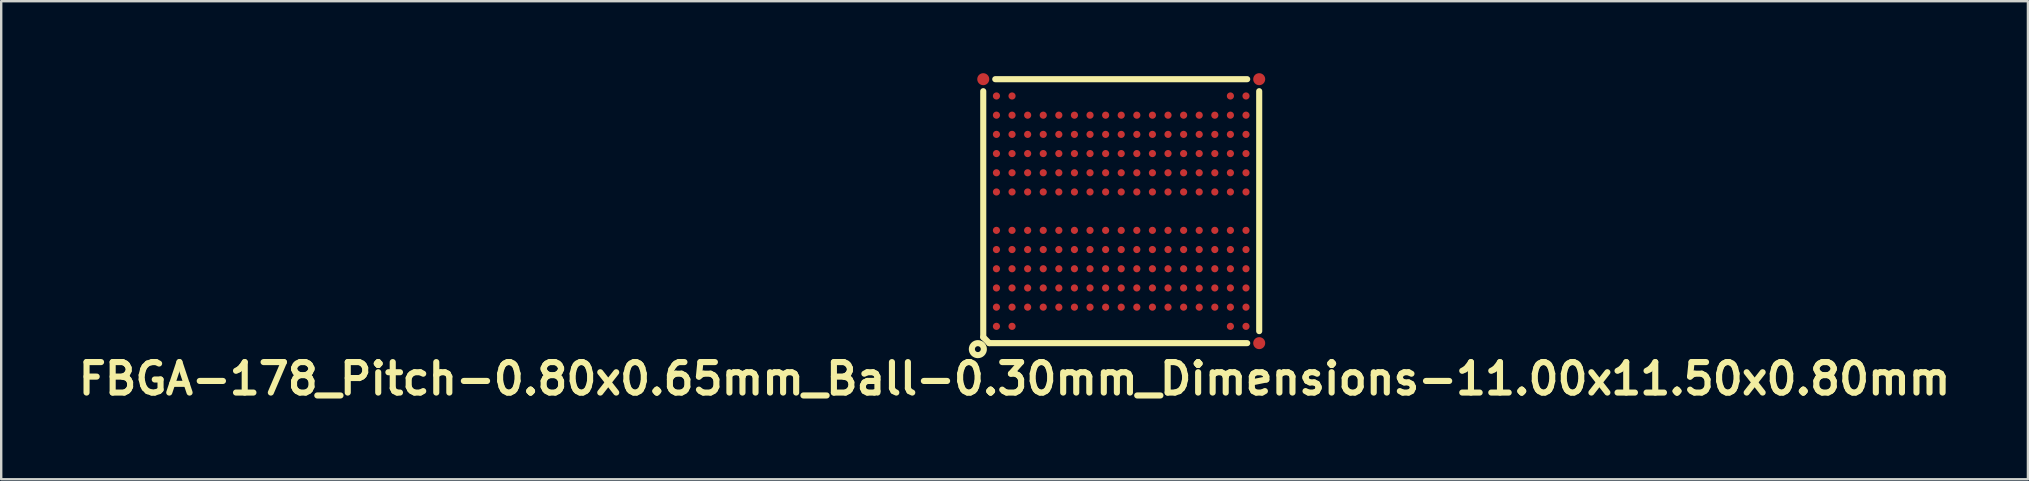
<source format=kicad_pcb>
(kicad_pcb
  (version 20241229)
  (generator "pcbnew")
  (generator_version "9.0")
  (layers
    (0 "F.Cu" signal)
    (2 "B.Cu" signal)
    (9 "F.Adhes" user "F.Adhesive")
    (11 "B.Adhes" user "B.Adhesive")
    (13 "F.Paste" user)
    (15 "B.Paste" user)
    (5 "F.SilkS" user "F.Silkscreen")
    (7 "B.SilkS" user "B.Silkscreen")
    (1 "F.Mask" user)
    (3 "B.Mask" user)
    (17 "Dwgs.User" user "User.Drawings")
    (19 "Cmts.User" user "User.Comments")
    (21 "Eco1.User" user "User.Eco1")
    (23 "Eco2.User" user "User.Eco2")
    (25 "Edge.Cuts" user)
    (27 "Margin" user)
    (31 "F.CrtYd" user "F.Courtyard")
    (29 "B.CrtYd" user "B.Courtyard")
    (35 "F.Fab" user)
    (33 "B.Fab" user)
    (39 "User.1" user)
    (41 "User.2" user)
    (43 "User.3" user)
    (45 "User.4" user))
  (footprint "FBGA-178_Pitch-0.80x0.65mm_Ball-0.30mm_Dimensions-11.00x11.50x0.80mm"
    (layer "F.Cu")
    (at 43.676 5.75)
    (property "Reference" "FBGA-178_Pitch-0.80x0.65mm_Ball-0.30mm_Dimensions-11.00x11.50x0.80mm" (at -4.445 6.985 0) (layer "F.SilkS") (effects (font (size 1.27 1.27) (thickness 0.254))))
    (attr through_hole)
    (fp_line (start -5.75 5.25) (end -5.75 -5) (stroke (width 0.254) (type solid)) (layer "F.SilkS"))
    (fp_line (start -5.75 5.25) (end -5.5 5.5) (stroke (width 0.254) (type solid)) (layer "F.SilkS"))
    (fp_line (start -5.5 5.5) (end 5.25 5.5) (stroke (width 0.254) (type solid)) (layer "F.SilkS"))
    (fp_line (start -5.25 -5.5) (end 5.25 -5.5) (stroke (width 0.254) (type solid)) (layer "F.SilkS"))
    (fp_line (start 5.75 -5) (end 5.75 5) (stroke (width 0.254) (type solid)) (layer "F.SilkS"))
    (fp_circle (center -5.975 5.75) (end -5.975 6) (stroke (width 0.254) (type solid)) (fill no) (layer "F.SilkS"))
    (pad "" smd rect (at -5.2 -4.8) (size 0.33 0.33) (layers "F.Paste"))
    (pad "" smd rect (at -5.2 -4) (size 0.33 0.33) (layers "F.Paste"))
    (pad "" smd rect (at -5.2 -3.2) (size 0.33 0.33) (layers "F.Paste"))
    (pad "" smd rect (at -5.2 -2.4) (size 0.33 0.33) (layers "F.Paste"))
    (pad "" smd rect (at -5.2 -1.6) (size 0.33 0.33) (layers "F.Paste"))
    (pad "" smd rect (at -5.2 -0.8) (size 0.33 0.33) (layers "F.Paste"))
    (pad "" smd rect (at -5.2 0.8) (size 0.33 0.33) (layers "F.Paste"))
    (pad "" smd rect (at -5.2 1.6) (size 0.33 0.33) (layers "F.Paste"))
    (pad "" smd rect (at -5.2 2.4) (size 0.33 0.33) (layers "F.Paste"))
    (pad "" smd rect (at -5.2 3.2) (size 0.33 0.33) (layers "F.Paste"))
    (pad "" smd rect (at -5.2 4) (size 0.33 0.33) (layers "F.Paste"))
    (pad "" smd rect (at -5.2 4.8) (size 0.33 0.33) (layers "F.Paste"))
    (pad "" smd rect (at -4.55 -4.8) (size 0.33 0.33) (layers "F.Paste"))
    (pad "" smd rect (at -4.55 -4) (size 0.33 0.33) (layers "F.Paste"))
    (pad "" smd rect (at -4.55 -3.2) (size 0.33 0.33) (layers "F.Paste"))
    (pad "" smd rect (at -4.55 -2.4) (size 0.33 0.33) (layers "F.Paste"))
    (pad "" smd rect (at -4.55 -1.6) (size 0.33 0.33) (layers "F.Paste"))
    (pad "" smd rect (at -4.55 -0.8) (size 0.33 0.33) (layers "F.Paste"))
    (pad "" smd rect (at -4.55 0.8) (size 0.33 0.33) (layers "F.Paste"))
    (pad "" smd rect (at -4.55 1.6) (size 0.33 0.33) (layers "F.Paste"))
    (pad "" smd rect (at -4.55 2.4) (size 0.33 0.33) (layers "F.Paste"))
    (pad "" smd rect (at -4.55 3.2) (size 0.33 0.33) (layers "F.Paste"))
    (pad "" smd rect (at -4.55 4) (size 0.33 0.33) (layers "F.Paste"))
    (pad "" smd rect (at -4.55 4.8) (size 0.33 0.33) (layers "F.Paste"))
    (pad "" smd rect (at -3.9 -4) (size 0.33 0.33) (layers "F.Paste"))
    (pad "" smd rect (at -3.9 -3.2) (size 0.33 0.33) (layers "F.Paste"))
    (pad "" smd rect (at -3.9 -2.4) (size 0.33 0.33) (layers "F.Paste"))
    (pad "" smd rect (at -3.9 -1.6) (size 0.33 0.33) (layers "F.Paste"))
    (pad "" smd rect (at -3.9 -0.8) (size 0.33 0.33) (layers "F.Paste"))
    (pad "" smd rect (at -3.9 0.8) (size 0.33 0.33) (layers "F.Paste"))
    (pad "" smd rect (at -3.9 1.6) (size 0.33 0.33) (layers "F.Paste"))
    (pad "" smd rect (at -3.9 2.4) (size 0.33 0.33) (layers "F.Paste"))
    (pad "" smd rect (at -3.9 3.2) (size 0.33 0.33) (layers "F.Paste"))
    (pad "" smd rect (at -3.9 4) (size 0.33 0.33) (layers "F.Paste"))
    (pad "" smd rect (at -3.25 -4) (size 0.33 0.33) (layers "F.Paste"))
    (pad "" smd rect (at -3.25 -3.2) (size 0.33 0.33) (layers "F.Paste"))
    (pad "" smd rect (at -3.25 -2.4) (size 0.33 0.33) (layers "F.Paste"))
    (pad "" smd rect (at -3.25 -1.6) (size 0.33 0.33) (layers "F.Paste"))
    (pad "" smd rect (at -3.25 -0.8) (size 0.33 0.33) (layers "F.Paste"))
    (pad "" smd rect (at -3.25 0.8) (size 0.33 0.33) (layers "F.Paste"))
    (pad "" smd rect (at -3.25 1.6) (size 0.33 0.33) (layers "F.Paste"))
    (pad "" smd rect (at -3.25 2.4) (size 0.33 0.33) (layers "F.Paste"))
    (pad "" smd rect (at -3.25 3.2) (size 0.33 0.33) (layers "F.Paste"))
    (pad "" smd rect (at -3.25 4) (size 0.33 0.33) (layers "F.Paste"))
    (pad "" smd rect (at -2.6 -4) (size 0.33 0.33) (layers "F.Paste"))
    (pad "" smd rect (at -2.6 -3.2) (size 0.33 0.33) (layers "F.Paste"))
    (pad "" smd rect (at -2.6 -2.4) (size 0.33 0.33) (layers "F.Paste"))
    (pad "" smd rect (at -2.6 -1.6) (size 0.33 0.33) (layers "F.Paste"))
    (pad "" smd rect (at -2.6 -0.8) (size 0.33 0.33) (layers "F.Paste"))
    (pad "" smd rect (at -2.6 0.8) (size 0.33 0.33) (layers "F.Paste"))
    (pad "" smd rect (at -2.6 1.6) (size 0.33 0.33) (layers "F.Paste"))
    (pad "" smd rect (at -2.6 2.4) (size 0.33 0.33) (layers "F.Paste"))
    (pad "" smd rect (at -2.6 3.2) (size 0.33 0.33) (layers "F.Paste"))
    (pad "" smd rect (at -2.6 4) (size 0.33 0.33) (layers "F.Paste"))
    (pad "" smd rect (at -1.95 -4) (size 0.33 0.33) (layers "F.Paste"))
    (pad "" smd rect (at -1.95 -3.2) (size 0.33 0.33) (layers "F.Paste"))
    (pad "" smd rect (at -1.95 -2.4) (size 0.33 0.33) (layers "F.Paste"))
    (pad "" smd rect (at -1.95 -1.6) (size 0.33 0.33) (layers "F.Paste"))
    (pad "" smd rect (at -1.95 -0.8) (size 0.33 0.33) (layers "F.Paste"))
    (pad "" smd rect (at -1.95 0.8) (size 0.33 0.33) (layers "F.Paste"))
    (pad "" smd rect (at -1.95 1.6) (size 0.33 0.33) (layers "F.Paste"))
    (pad "" smd rect (at -1.95 2.4) (size 0.33 0.33) (layers "F.Paste"))
    (pad "" smd rect (at -1.95 3.2) (size 0.33 0.33) (layers "F.Paste"))
    (pad "" smd rect (at -1.95 4) (size 0.33 0.33) (layers "F.Paste"))
    (pad "" smd rect (at -1.3 -4) (size 0.33 0.33) (layers "F.Paste"))
    (pad "" smd rect (at -1.3 -3.2) (size 0.33 0.33) (layers "F.Paste"))
    (pad "" smd rect (at -1.3 -2.4) (size 0.33 0.33) (layers "F.Paste"))
    (pad "" smd rect (at -1.3 -1.6) (size 0.33 0.33) (layers "F.Paste"))
    (pad "" smd rect (at -1.3 -0.8) (size 0.33 0.33) (layers "F.Paste"))
    (pad "" smd rect (at -1.3 0.8) (size 0.33 0.33) (layers "F.Paste"))
    (pad "" smd rect (at -1.3 1.6) (size 0.33 0.33) (layers "F.Paste"))
    (pad "" smd rect (at -1.3 2.4) (size 0.33 0.33) (layers "F.Paste"))
    (pad "" smd rect (at -1.3 3.2) (size 0.33 0.33) (layers "F.Paste"))
    (pad "" smd rect (at -1.3 4) (size 0.33 0.33) (layers "F.Paste"))
    (pad "" smd rect (at -0.65 -4) (size 0.33 0.33) (layers "F.Paste"))
    (pad "" smd rect (at -0.65 -3.2) (size 0.33 0.33) (layers "F.Paste"))
    (pad "" smd rect (at -0.65 -2.4) (size 0.33 0.33) (layers "F.Paste"))
    (pad "" smd rect (at -0.65 -1.6) (size 0.33 0.33) (layers "F.Paste"))
    (pad "" smd rect (at -0.65 -0.8) (size 0.33 0.33) (layers "F.Paste"))
    (pad "" smd rect (at -0.65 0.8) (size 0.33 0.33) (layers "F.Paste"))
    (pad "" smd rect (at -0.65 1.6) (size 0.33 0.33) (layers "F.Paste"))
    (pad "" smd rect (at -0.65 2.4) (size 0.33 0.33) (layers "F.Paste"))
    (pad "" smd rect (at -0.65 3.2) (size 0.33 0.33) (layers "F.Paste"))
    (pad "" smd rect (at -0.65 4) (size 0.33 0.33) (layers "F.Paste"))
    (pad "" smd rect (at 0 -4) (size 0.33 0.33) (layers "F.Paste"))
    (pad "" smd rect (at 0 -3.2) (size 0.33 0.33) (layers "F.Paste"))
    (pad "" smd rect (at 0 -2.4) (size 0.33 0.33) (layers "F.Paste"))
    (pad "" smd rect (at 0 -1.6) (size 0.33 0.33) (layers "F.Paste"))
    (pad "" smd rect (at 0 -0.8) (size 0.33 0.33) (layers "F.Paste"))
    (pad "" smd rect (at 0 0.8) (size 0.33 0.33) (layers "F.Paste"))
    (pad "" smd rect (at 0 1.6) (size 0.33 0.33) (layers "F.Paste"))
    (pad "" smd rect (at 0 2.4) (size 0.33 0.33) (layers "F.Paste"))
    (pad "" smd rect (at 0 3.2) (size 0.33 0.33) (layers "F.Paste"))
    (pad "" smd rect (at 0 4) (size 0.33 0.33) (layers "F.Paste"))
    (pad "" smd rect (at 0.65 -4) (size 0.33 0.33) (layers "F.Paste"))
    (pad "" smd rect (at 0.65 -3.2) (size 0.33 0.33) (layers "F.Paste"))
    (pad "" smd rect (at 0.65 -2.4) (size 0.33 0.33) (layers "F.Paste"))
    (pad "" smd rect (at 0.65 -1.6) (size 0.33 0.33) (layers "F.Paste"))
    (pad "" smd rect (at 0.65 -0.8) (size 0.33 0.33) (layers "F.Paste"))
    (pad "" smd rect (at 0.65 0.8) (size 0.33 0.33) (layers "F.Paste"))
    (pad "" smd rect (at 0.65 1.6) (size 0.33 0.33) (layers "F.Paste"))
    (pad "" smd rect (at 0.65 2.4) (size 0.33 0.33) (layers "F.Paste"))
    (pad "" smd rect (at 0.65 3.2) (size 0.33 0.33) (layers "F.Paste"))
    (pad "" smd rect (at 0.65 4) (size 0.33 0.33) (layers "F.Paste"))
    (pad "" smd rect (at 1.3 -4) (size 0.33 0.33) (layers "F.Paste"))
    (pad "" smd rect (at 1.3 -3.2) (size 0.33 0.33) (layers "F.Paste"))
    (pad "" smd rect (at 1.3 -2.4) (size 0.33 0.33) (layers "F.Paste"))
    (pad "" smd rect (at 1.3 -1.6) (size 0.33 0.33) (layers "F.Paste"))
    (pad "" smd rect (at 1.3 -0.8) (size 0.33 0.33) (layers "F.Paste"))
    (pad "" smd rect (at 1.3 0.8) (size 0.33 0.33) (layers "F.Paste"))
    (pad "" smd rect (at 1.3 1.6) (size 0.33 0.33) (layers "F.Paste"))
    (pad "" smd rect (at 1.3 2.4) (size 0.33 0.33) (layers "F.Paste"))
    (pad "" smd rect (at 1.3 3.2) (size 0.33 0.33) (layers "F.Paste"))
    (pad "" smd rect (at 1.3 4) (size 0.33 0.33) (layers "F.Paste"))
    (pad "" smd rect (at 1.95 -4) (size 0.33 0.33) (layers "F.Paste"))
    (pad "" smd rect (at 1.95 -3.2) (size 0.33 0.33) (layers "F.Paste"))
    (pad "" smd rect (at 1.95 -2.4) (size 0.33 0.33) (layers "F.Paste"))
    (pad "" smd rect (at 1.95 -1.6) (size 0.33 0.33) (layers "F.Paste"))
    (pad "" smd rect (at 1.95 -0.8) (size 0.33 0.33) (layers "F.Paste"))
    (pad "" smd rect (at 1.95 0.8) (size 0.33 0.33) (layers "F.Paste"))
    (pad "" smd rect (at 1.95 1.6) (size 0.33 0.33) (layers "F.Paste"))
    (pad "" smd rect (at 1.95 2.4) (size 0.33 0.33) (layers "F.Paste"))
    (pad "" smd rect (at 1.95 3.2) (size 0.33 0.33) (layers "F.Paste"))
    (pad "" smd rect (at 1.95 4) (size 0.33 0.33) (layers "F.Paste"))
    (pad "" smd rect (at 2.6 -4) (size 0.33 0.33) (layers "F.Paste"))
    (pad "" smd rect (at 2.6 -3.2) (size 0.33 0.33) (layers "F.Paste"))
    (pad "" smd rect (at 2.6 -2.4) (size 0.33 0.33) (layers "F.Paste"))
    (pad "" smd rect (at 2.6 -1.6) (size 0.33 0.33) (layers "F.Paste"))
    (pad "" smd rect (at 2.6 -0.8) (size 0.33 0.33) (layers "F.Paste"))
    (pad "" smd rect (at 2.6 0.8) (size 0.33 0.33) (layers "F.Paste"))
    (pad "" smd rect (at 2.6 1.6) (size 0.33 0.33) (layers "F.Paste"))
    (pad "" smd rect (at 2.6 2.4) (size 0.33 0.33) (layers "F.Paste"))
    (pad "" smd rect (at 2.6 3.2) (size 0.33 0.33) (layers "F.Paste"))
    (pad "" smd rect (at 2.6 4) (size 0.33 0.33) (layers "F.Paste"))
    (pad "" smd rect (at 3.25 -4) (size 0.33 0.33) (layers "F.Paste"))
    (pad "" smd rect (at 3.25 -3.2) (size 0.33 0.33) (layers "F.Paste"))
    (pad "" smd rect (at 3.25 -2.4) (size 0.33 0.33) (layers "F.Paste"))
    (pad "" smd rect (at 3.25 -1.6) (size 0.33 0.33) (layers "F.Paste"))
    (pad "" smd rect (at 3.25 -0.8) (size 0.33 0.33) (layers "F.Paste"))
    (pad "" smd rect (at 3.25 0.8) (size 0.33 0.33) (layers "F.Paste"))
    (pad "" smd rect (at 3.25 1.6) (size 0.33 0.33) (layers "F.Paste"))
    (pad "" smd rect (at 3.25 2.4) (size 0.33 0.33) (layers "F.Paste"))
    (pad "" smd rect (at 3.25 3.2) (size 0.33 0.33) (layers "F.Paste"))
    (pad "" smd rect (at 3.25 4) (size 0.33 0.33) (layers "F.Paste"))
    (pad "" smd rect (at 3.9 -4) (size 0.33 0.33) (layers "F.Paste"))
    (pad "" smd rect (at 3.9 -3.2) (size 0.33 0.33) (layers "F.Paste"))
    (pad "" smd rect (at 3.9 -2.4) (size 0.33 0.33) (layers "F.Paste"))
    (pad "" smd rect (at 3.9 -1.6) (size 0.33 0.33) (layers "F.Paste"))
    (pad "" smd rect (at 3.9 -0.8) (size 0.33 0.33) (layers "F.Paste"))
    (pad "" smd rect (at 3.9 0.8) (size 0.33 0.33) (layers "F.Paste"))
    (pad "" smd rect (at 3.9 1.6) (size 0.33 0.33) (layers "F.Paste"))
    (pad "" smd rect (at 3.9 2.4) (size 0.33 0.33) (layers "F.Paste"))
    (pad "" smd rect (at 3.9 3.2) (size 0.33 0.33) (layers "F.Paste"))
    (pad "" smd rect (at 3.9 4) (size 0.33 0.33) (layers "F.Paste"))
    (pad "" smd rect (at 4.55 -4.8) (size 0.33 0.33) (layers "F.Paste"))
    (pad "" smd rect (at 4.55 -4) (size 0.33 0.33) (layers "F.Paste"))
    (pad "" smd rect (at 4.55 -3.2) (size 0.33 0.33) (layers "F.Paste"))
    (pad "" smd rect (at 4.55 -2.4) (size 0.33 0.33) (layers "F.Paste"))
    (pad "" smd rect (at 4.55 -1.6) (size 0.33 0.33) (layers "F.Paste"))
    (pad "" smd rect (at 4.55 -0.8) (size 0.33 0.33) (layers "F.Paste"))
    (pad "" smd rect (at 4.55 0.8) (size 0.33 0.33) (layers "F.Paste"))
    (pad "" smd rect (at 4.55 1.6) (size 0.33 0.33) (layers "F.Paste"))
    (pad "" smd rect (at 4.55 2.4) (size 0.33 0.33) (layers "F.Paste"))
    (pad "" smd rect (at 4.55 3.2) (size 0.33 0.33) (layers "F.Paste"))
    (pad "" smd rect (at 4.55 4) (size 0.33 0.33) (layers "F.Paste"))
    (pad "" smd rect (at 4.55 4.8) (size 0.33 0.33) (layers "F.Paste"))
    (pad "" smd rect (at 5.2 -4.8) (size 0.33 0.33) (layers "F.Paste"))
    (pad "" smd rect (at 5.2 -4) (size 0.33 0.33) (layers "F.Paste"))
    (pad "" smd rect (at 5.2 -3.2) (size 0.33 0.33) (layers "F.Paste"))
    (pad "" smd rect (at 5.2 -2.4) (size 0.33 0.33) (layers "F.Paste"))
    (pad "" smd rect (at 5.2 -1.6) (size 0.33 0.33) (layers "F.Paste"))
    (pad "" smd rect (at 5.2 -0.8) (size 0.33 0.33) (layers "F.Paste"))
    (pad "" smd rect (at 5.2 0.8) (size 0.33 0.33) (layers "F.Paste"))
    (pad "" smd rect (at 5.2 1.6) (size 0.33 0.33) (layers "F.Paste"))
    (pad "" smd rect (at 5.2 2.4) (size 0.33 0.33) (layers "F.Paste"))
    (pad "" smd rect (at 5.2 3.2) (size 0.33 0.33) (layers "F.Paste"))
    (pad "" smd rect (at 5.2 4) (size 0.33 0.33) (layers "F.Paste"))
    (pad "" smd rect (at 5.2 4.8) (size 0.33 0.33) (layers "F.Paste"))
    (pad "A1" smd circle (at -5.2 4.8 90) (size 0.3 0.3) (layers "F.Cu" "F.Mask"))
    (pad "A2" smd circle (at -5.2 4 90) (size 0.3 0.3) (layers "F.Cu" "F.Mask"))
    (pad "A3" smd circle (at -5.2 3.2 90) (size 0.3 0.3) (layers "F.Cu" "F.Mask"))
    (pad "A4" smd circle (at -5.2 2.4 90) (size 0.3 0.3) (layers "F.Cu" "F.Mask"))
    (pad "A5" smd circle (at -5.2 1.6 90) (size 0.3 0.3) (layers "F.Cu" "F.Mask"))
    (pad "A6" smd circle (at -5.2 0.8 90) (size 0.3 0.3) (layers "F.Cu" "F.Mask"))
    (pad "A8" smd circle (at -5.2 -0.8 90) (size 0.3 0.3) (layers "F.Cu" "F.Mask"))
    (pad "A9" smd circle (at -5.2 -1.6 90) (size 0.3 0.3) (layers "F.Cu" "F.Mask"))
    (pad "A10" smd circle (at -5.2 -2.4 90) (size 0.3 0.3) (layers "F.Cu" "F.Mask"))
    (pad "A11" smd circle (at -5.2 -3.2 90) (size 0.3 0.3) (layers "F.Cu" "F.Mask"))
    (pad "A12" smd circle (at -5.2 -4 90) (size 0.3 0.3) (layers "F.Cu" "F.Mask"))
    (pad "A13" smd circle (at -5.2 -4.8 90) (size 0.3 0.3) (layers "F.Cu" "F.Mask"))
    (pad "B1" smd circle (at -4.55 4.8 90) (size 0.3 0.3) (layers "F.Cu" "F.Mask"))
    (pad "B2" smd circle (at -4.55 4 90) (size 0.3 0.3) (layers "F.Cu" "F.Mask"))
    (pad "B3" smd circle (at -4.55 3.2 90) (size 0.3 0.3) (layers "F.Cu" "F.Mask"))
    (pad "B4" smd circle (at -4.55 2.4 90) (size 0.3 0.3) (layers "F.Cu" "F.Mask"))
    (pad "B5" smd circle (at -4.55 1.6 90) (size 0.3 0.3) (layers "F.Cu" "F.Mask"))
    (pad "B6" smd circle (at -4.55 0.8 90) (size 0.3 0.3) (layers "F.Cu" "F.Mask"))
    (pad "B8" smd circle (at -4.55 -0.8 90) (size 0.3 0.3) (layers "F.Cu" "F.Mask"))
    (pad "B9" smd circle (at -4.55 -1.6 90) (size 0.3 0.3) (layers "F.Cu" "F.Mask"))
    (pad "B10" smd circle (at -4.55 -2.4 90) (size 0.3 0.3) (layers "F.Cu" "F.Mask"))
    (pad "B11" smd circle (at -4.55 -3.2 90) (size 0.3 0.3) (layers "F.Cu" "F.Mask"))
    (pad "B12" smd circle (at -4.55 -4 90) (size 0.3 0.3) (layers "F.Cu" "F.Mask"))
    (pad "B13" smd circle (at -4.55 -4.8 90) (size 0.3 0.3) (layers "F.Cu" "F.Mask"))
    (pad "C2" smd circle (at -3.9 4 90) (size 0.3 0.3) (layers "F.Cu" "F.Mask"))
    (pad "C3" smd circle (at -3.9 3.2 90) (size 0.3 0.3) (layers "F.Cu" "F.Mask"))
    (pad "C4" smd circle (at -3.9 2.4 90) (size 0.3 0.3) (layers "F.Cu" "F.Mask"))
    (pad "C5" smd circle (at -3.9 1.6 90) (size 0.3 0.3) (layers "F.Cu" "F.Mask"))
    (pad "C6" smd circle (at -3.9 0.8 90) (size 0.3 0.3) (layers "F.Cu" "F.Mask"))
    (pad "C8" smd circle (at -3.9 -0.8 90) (size 0.3 0.3) (layers "F.Cu" "F.Mask"))
    (pad "C9" smd circle (at -3.9 -1.6 90) (size 0.3 0.3) (layers "F.Cu" "F.Mask"))
    (pad "C10" smd circle (at -3.9 -2.4 90) (size 0.3 0.3) (layers "F.Cu" "F.Mask"))
    (pad "C11" smd circle (at -3.9 -3.2 90) (size 0.3 0.3) (layers "F.Cu" "F.Mask"))
    (pad "C12" smd circle (at -3.9 -4 90) (size 0.3 0.3) (layers "F.Cu" "F.Mask"))
    (pad "D2" smd circle (at -3.25 4 90) (size 0.3 0.3) (layers "F.Cu" "F.Mask"))
    (pad "D3" smd circle (at -3.25 3.2 90) (size 0.3 0.3) (layers "F.Cu" "F.Mask"))
    (pad "D4" smd circle (at -3.25 2.4 90) (size 0.3 0.3) (layers "F.Cu" "F.Mask"))
    (pad "D5" smd circle (at -3.25 1.6 90) (size 0.3 0.3) (layers "F.Cu" "F.Mask"))
    (pad "D6" smd circle (at -3.25 0.8 90) (size 0.3 0.3) (layers "F.Cu" "F.Mask"))
    (pad "D8" smd circle (at -3.25 -0.8 90) (size 0.3 0.3) (layers "F.Cu" "F.Mask"))
    (pad "D9" smd circle (at -3.25 -1.6 90) (size 0.3 0.3) (layers "F.Cu" "F.Mask"))
    (pad "D10" smd circle (at -3.25 -2.4 90) (size 0.3 0.3) (layers "F.Cu" "F.Mask"))
    (pad "D11" smd circle (at -3.25 -3.2 90) (size 0.3 0.3) (layers "F.Cu" "F.Mask"))
    (pad "D12" smd circle (at -3.25 -4 90) (size 0.3 0.3) (layers "F.Cu" "F.Mask"))
    (pad "E2" smd circle (at -2.6 4 90) (size 0.3 0.3) (layers "F.Cu" "F.Mask"))
    (pad "E3" smd circle (at -2.6 3.2 90) (size 0.3 0.3) (layers "F.Cu" "F.Mask"))
    (pad "E4" smd circle (at -2.6 2.4 90) (size 0.3 0.3) (layers "F.Cu" "F.Mask"))
    (pad "E5" smd circle (at -2.6 1.6 90) (size 0.3 0.3) (layers "F.Cu" "F.Mask"))
    (pad "E6" smd circle (at -2.6 0.8 90) (size 0.3 0.3) (layers "F.Cu" "F.Mask"))
    (pad "E8" smd circle (at -2.6 -0.8 90) (size 0.3 0.3) (layers "F.Cu" "F.Mask"))
    (pad "E9" smd circle (at -2.6 -1.6 90) (size 0.3 0.3) (layers "F.Cu" "F.Mask"))
    (pad "E10" smd circle (at -2.6 -2.4 90) (size 0.3 0.3) (layers "F.Cu" "F.Mask"))
    (pad "E11" smd circle (at -2.6 -3.2 90) (size 0.3 0.3) (layers "F.Cu" "F.Mask"))
    (pad "E12" smd circle (at -2.6 -4 90) (size 0.3 0.3) (layers "F.Cu" "F.Mask"))
    (pad "F2" smd circle (at -1.95 4 90) (size 0.3 0.3) (layers "F.Cu" "F.Mask"))
    (pad "F3" smd circle (at -1.95 3.2 90) (size 0.3 0.3) (layers "F.Cu" "F.Mask"))
    (pad "F4" smd circle (at -1.95 2.4 90) (size 0.3 0.3) (layers "F.Cu" "F.Mask"))
    (pad "F5" smd circle (at -1.95 1.6 90) (size 0.3 0.3) (layers "F.Cu" "F.Mask"))
    (pad "F6" smd circle (at -1.95 0.8 90) (size 0.3 0.3) (layers "F.Cu" "F.Mask"))
    (pad "F8" smd circle (at -1.95 -0.8 90) (size 0.3 0.3) (layers "F.Cu" "F.Mask"))
    (pad "F9" smd circle (at -1.95 -1.6 90) (size 0.3 0.3) (layers "F.Cu" "F.Mask"))
    (pad "F10" smd circle (at -1.95 -2.4 90) (size 0.3 0.3) (layers "F.Cu" "F.Mask"))
    (pad "F11" smd circle (at -1.95 -3.2 90) (size 0.3 0.3) (layers "F.Cu" "F.Mask"))
    (pad "F12" smd circle (at -1.95 -4 90) (size 0.3 0.3) (layers "F.Cu" "F.Mask"))
    (pad "FID1" smd circle (at -5.75 -5.5 90) (size 0.5 0.5) (layers "F.Cu" "F.Mask"))
    (pad "FID2" smd circle (at 5.75 -5.5 90) (size 0.5 0.5) (layers "F.Cu" "F.Mask"))
    (pad "FID3" smd circle (at 5.75 5.5 90) (size 0.5 0.5) (layers "F.Cu" "F.Mask"))
    (pad "G2" smd circle (at -1.3 4 90) (size 0.3 0.3) (layers "F.Cu" "F.Mask"))
    (pad "G3" smd circle (at -1.3 3.2 90) (size 0.3 0.3) (layers "F.Cu" "F.Mask"))
    (pad "G4" smd circle (at -1.3 2.4 90) (size 0.3 0.3) (layers "F.Cu" "F.Mask"))
    (pad "G5" smd circle (at -1.3 1.6 90) (size 0.3 0.3) (layers "F.Cu" "F.Mask"))
    (pad "G6" smd circle (at -1.3 0.8 90) (size 0.3 0.3) (layers "F.Cu" "F.Mask"))
    (pad "G8" smd circle (at -1.3 -0.8 90) (size 0.3 0.3) (layers "F.Cu" "F.Mask"))
    (pad "G9" smd circle (at -1.3 -1.6 90) (size 0.3 0.3) (layers "F.Cu" "F.Mask"))
    (pad "G10" smd circle (at -1.3 -2.4 90) (size 0.3 0.3) (layers "F.Cu" "F.Mask"))
    (pad "G11" smd circle (at -1.3 -3.2 90) (size 0.3 0.3) (layers "F.Cu" "F.Mask"))
    (pad "G12" smd circle (at -1.3 -4 90) (size 0.3 0.3) (layers "F.Cu" "F.Mask"))
    (pad "H2" smd circle (at -0.65 4 90) (size 0.3 0.3) (layers "F.Cu" "F.Mask"))
    (pad "H3" smd circle (at -0.65 3.2 90) (size 0.3 0.3) (layers "F.Cu" "F.Mask"))
    (pad "H4" smd circle (at -0.65 2.4 90) (size 0.3 0.3) (layers "F.Cu" "F.Mask"))
    (pad "H5" smd circle (at -0.65 1.6 90) (size 0.3 0.3) (layers "F.Cu" "F.Mask"))
    (pad "H6" smd circle (at -0.65 0.8 90) (size 0.3 0.3) (layers "F.Cu" "F.Mask"))
    (pad "H8" smd circle (at -0.65 -0.8 90) (size 0.3 0.3) (layers "F.Cu" "F.Mask"))
    (pad "H9" smd circle (at -0.65 -1.6 90) (size 0.3 0.3) (layers "F.Cu" "F.Mask"))
    (pad "H10" smd circle (at -0.65 -2.4 90) (size 0.3 0.3) (layers "F.Cu" "F.Mask"))
    (pad "H11" smd circle (at -0.65 -3.2 90) (size 0.3 0.3) (layers "F.Cu" "F.Mask"))
    (pad "H12" smd circle (at -0.65 -4 90) (size 0.3 0.3) (layers "F.Cu" "F.Mask"))
    (pad "J2" smd circle (at 0 4 90) (size 0.3 0.3) (layers "F.Cu" "F.Mask"))
    (pad "J3" smd circle (at 0 3.2 90) (size 0.3 0.3) (layers "F.Cu" "F.Mask"))
    (pad "J4" smd circle (at 0 2.4 90) (size 0.3 0.3) (layers "F.Cu" "F.Mask"))
    (pad "J5" smd circle (at 0 1.6 90) (size 0.3 0.3) (layers "F.Cu" "F.Mask"))
    (pad "J6" smd circle (at 0 0.8 90) (size 0.3 0.3) (layers "F.Cu" "F.Mask"))
    (pad "J8" smd circle (at 0 -0.8 90) (size 0.3 0.3) (layers "F.Cu" "F.Mask"))
    (pad "J9" smd circle (at 0 -1.6 90) (size 0.3 0.3) (layers "F.Cu" "F.Mask"))
    (pad "J10" smd circle (at 0 -2.4 90) (size 0.3 0.3) (layers "F.Cu" "F.Mask"))
    (pad "J11" smd circle (at 0 -3.2 90) (size 0.3 0.3) (layers "F.Cu" "F.Mask"))
    (pad "J12" smd circle (at 0 -4 90) (size 0.3 0.3) (layers "F.Cu" "F.Mask"))
    (pad "K2" smd circle (at 0.65 4 90) (size 0.3 0.3) (layers "F.Cu" "F.Mask"))
    (pad "K3" smd circle (at 0.65 3.2 90) (size 0.3 0.3) (layers "F.Cu" "F.Mask"))
    (pad "K4" smd circle (at 0.65 2.4 90) (size 0.3 0.3) (layers "F.Cu" "F.Mask"))
    (pad "K5" smd circle (at 0.65 1.6 90) (size 0.3 0.3) (layers "F.Cu" "F.Mask"))
    (pad "K6" smd circle (at 0.65 0.8 90) (size 0.3 0.3) (layers "F.Cu" "F.Mask"))
    (pad "K8" smd circle (at 0.65 -0.8 90) (size 0.3 0.3) (layers "F.Cu" "F.Mask"))
    (pad "K9" smd circle (at 0.65 -1.6 90) (size 0.3 0.3) (layers "F.Cu" "F.Mask"))
    (pad "K10" smd circle (at 0.65 -2.4 90) (size 0.3 0.3) (layers "F.Cu" "F.Mask"))
    (pad "K11" smd circle (at 0.65 -3.2 90) (size 0.3 0.3) (layers "F.Cu" "F.Mask"))
    (pad "K12" smd circle (at 0.65 -4 90) (size 0.3 0.3) (layers "F.Cu" "F.Mask"))
    (pad "L2" smd circle (at 1.3 4 90) (size 0.3 0.3) (layers "F.Cu" "F.Mask"))
    (pad "L3" smd circle (at 1.3 3.2 90) (size 0.3 0.3) (layers "F.Cu" "F.Mask"))
    (pad "L4" smd circle (at 1.3 2.4 90) (size 0.3 0.3) (layers "F.Cu" "F.Mask"))
    (pad "L5" smd circle (at 1.3 1.6 90) (size 0.3 0.3) (layers "F.Cu" "F.Mask"))
    (pad "L6" smd circle (at 1.3 0.8 90) (size 0.3 0.3) (layers "F.Cu" "F.Mask"))
    (pad "L8" smd circle (at 1.3 -0.8 90) (size 0.3 0.3) (layers "F.Cu" "F.Mask"))
    (pad "L9" smd circle (at 1.3 -1.6 90) (size 0.3 0.3) (layers "F.Cu" "F.Mask"))
    (pad "L10" smd circle (at 1.3 -2.4 90) (size 0.3 0.3) (layers "F.Cu" "F.Mask"))
    (pad "L11" smd circle (at 1.3 -3.2 90) (size 0.3 0.3) (layers "F.Cu" "F.Mask"))
    (pad "L12" smd circle (at 1.3 -4 90) (size 0.3 0.3) (layers "F.Cu" "F.Mask"))
    (pad "M2" smd circle (at 1.95 4 90) (size 0.3 0.3) (layers "F.Cu" "F.Mask"))
    (pad "M3" smd circle (at 1.95 3.2 90) (size 0.3 0.3) (layers "F.Cu" "F.Mask"))
    (pad "M4" smd circle (at 1.95 2.4 90) (size 0.3 0.3) (layers "F.Cu" "F.Mask"))
    (pad "M5" smd circle (at 1.95 1.6 90) (size 0.3 0.3) (layers "F.Cu" "F.Mask"))
    (pad "M6" smd circle (at 1.95 0.8 90) (size 0.3 0.3) (layers "F.Cu" "F.Mask"))
    (pad "M8" smd circle (at 1.95 -0.8 90) (size 0.3 0.3) (layers "F.Cu" "F.Mask"))
    (pad "M9" smd circle (at 1.95 -1.6 90) (size 0.3 0.3) (layers "F.Cu" "F.Mask"))
    (pad "M10" smd circle (at 1.95 -2.4 90) (size 0.3 0.3) (layers "F.Cu" "F.Mask"))
    (pad "M11" smd circle (at 1.95 -3.2 90) (size 0.3 0.3) (layers "F.Cu" "F.Mask"))
    (pad "M12" smd circle (at 1.95 -4 90) (size 0.3 0.3) (layers "F.Cu" "F.Mask"))
    (pad "N2" smd circle (at 2.6 4 90) (size 0.3 0.3) (layers "F.Cu" "F.Mask"))
    (pad "N3" smd circle (at 2.6 3.2 90) (size 0.3 0.3) (layers "F.Cu" "F.Mask"))
    (pad "N4" smd circle (at 2.6 2.4 90) (size 0.3 0.3) (layers "F.Cu" "F.Mask"))
    (pad "N5" smd circle (at 2.6 1.6 90) (size 0.3 0.3) (layers "F.Cu" "F.Mask"))
    (pad "N6" smd circle (at 2.6 0.8 90) (size 0.3 0.3) (layers "F.Cu" "F.Mask"))
    (pad "N8" smd circle (at 2.6 -0.8 90) (size 0.3 0.3) (layers "F.Cu" "F.Mask"))
    (pad "N9" smd circle (at 2.6 -1.6 90) (size 0.3 0.3) (layers "F.Cu" "F.Mask"))
    (pad "N10" smd circle (at 2.6 -2.4 90) (size 0.3 0.3) (layers "F.Cu" "F.Mask"))
    (pad "N11" smd circle (at 2.6 -3.2 90) (size 0.3 0.3) (layers "F.Cu" "F.Mask"))
    (pad "N12" smd circle (at 2.6 -4 90) (size 0.3 0.3) (layers "F.Cu" "F.Mask"))
    (pad "P2" smd circle (at 3.25 4 90) (size 0.3 0.3) (layers "F.Cu" "F.Mask"))
    (pad "P3" smd circle (at 3.25 3.2 90) (size 0.3 0.3) (layers "F.Cu" "F.Mask"))
    (pad "P4" smd circle (at 3.25 2.4 90) (size 0.3 0.3) (layers "F.Cu" "F.Mask"))
    (pad "P5" smd circle (at 3.25 1.6 90) (size 0.3 0.3) (layers "F.Cu" "F.Mask"))
    (pad "P6" smd circle (at 3.25 0.8 90) (size 0.3 0.3) (layers "F.Cu" "F.Mask"))
    (pad "P8" smd circle (at 3.25 -0.8 90) (size 0.3 0.3) (layers "F.Cu" "F.Mask"))
    (pad "P9" smd circle (at 3.25 -1.6 90) (size 0.3 0.3) (layers "F.Cu" "F.Mask"))
    (pad "P10" smd circle (at 3.25 -2.4 90) (size 0.3 0.3) (layers "F.Cu" "F.Mask"))
    (pad "P11" smd circle (at 3.25 -3.2 90) (size 0.3 0.3) (layers "F.Cu" "F.Mask"))
    (pad "P12" smd circle (at 3.25 -4 90) (size 0.3 0.3) (layers "F.Cu" "F.Mask"))
    (pad "R2" smd circle (at 3.9 4 90) (size 0.3 0.3) (layers "F.Cu" "F.Mask"))
    (pad "R3" smd circle (at 3.9 3.2 90) (size 0.3 0.3) (layers "F.Cu" "F.Mask"))
    (pad "R4" smd circle (at 3.9 2.4 90) (size 0.3 0.3) (layers "F.Cu" "F.Mask"))
    (pad "R5" smd circle (at 3.9 1.6 90) (size 0.3 0.3) (layers "F.Cu" "F.Mask"))
    (pad "R6" smd circle (at 3.9 0.8 90) (size 0.3 0.3) (layers "F.Cu" "F.Mask"))
    (pad "R8" smd circle (at 3.9 -0.8 90) (size 0.3 0.3) (layers "F.Cu" "F.Mask"))
    (pad "R9" smd circle (at 3.9 -1.6 90) (size 0.3 0.3) (layers "F.Cu" "F.Mask"))
    (pad "R10" smd circle (at 3.9 -2.4 90) (size 0.3 0.3) (layers "F.Cu" "F.Mask"))
    (pad "R11" smd circle (at 3.9 -3.2 90) (size 0.3 0.3) (layers "F.Cu" "F.Mask"))
    (pad "R12" smd circle (at 3.9 -4 90) (size 0.3 0.3) (layers "F.Cu" "F.Mask"))
    (pad "T1" smd circle (at 4.55 4.8 90) (size 0.3 0.3) (layers "F.Cu" "F.Mask"))
    (pad "T2" smd circle (at 4.55 4 90) (size 0.3 0.3) (layers "F.Cu" "F.Mask"))
    (pad "T3" smd circle (at 4.55 3.2 90) (size 0.3 0.3) (layers "F.Cu" "F.Mask"))
    (pad "T4" smd circle (at 4.55 2.4 90) (size 0.3 0.3) (layers "F.Cu" "F.Mask"))
    (pad "T5" smd circle (at 4.55 1.6 90) (size 0.3 0.3) (layers "F.Cu" "F.Mask"))
    (pad "T6" smd circle (at 4.55 0.8 90) (size 0.3 0.3) (layers "F.Cu" "F.Mask"))
    (pad "T8" smd circle (at 4.55 -0.8 90) (size 0.3 0.3) (layers "F.Cu" "F.Mask"))
    (pad "T9" smd circle (at 4.55 -1.6 90) (size 0.3 0.3) (layers "F.Cu" "F.Mask"))
    (pad "T10" smd circle (at 4.55 -2.4 90) (size 0.3 0.3) (layers "F.Cu" "F.Mask"))
    (pad "T11" smd circle (at 4.55 -3.2 90) (size 0.3 0.3) (layers "F.Cu" "F.Mask"))
    (pad "T12" smd circle (at 4.55 -4 90) (size 0.3 0.3) (layers "F.Cu" "F.Mask"))
    (pad "T13" smd circle (at 4.55 -4.8 90) (size 0.3 0.3) (layers "F.Cu" "F.Mask"))
    (pad "U1" smd circle (at 5.2 4.8 90) (size 0.3 0.3) (layers "F.Cu" "F.Mask"))
    (pad "U2" smd circle (at 5.2 4 90) (size 0.3 0.3) (layers "F.Cu" "F.Mask"))
    (pad "U3" smd circle (at 5.2 3.2 90) (size 0.3 0.3) (layers "F.Cu" "F.Mask"))
    (pad "U4" smd circle (at 5.2 2.4 90) (size 0.3 0.3) (layers "F.Cu" "F.Mask"))
    (pad "U5" smd circle (at 5.2 1.6 90) (size 0.3 0.3) (layers "F.Cu" "F.Mask"))
    (pad "U6" smd circle (at 5.2 0.8 90) (size 0.3 0.3) (layers "F.Cu" "F.Mask"))
    (pad "U8" smd circle (at 5.2 -0.8 90) (size 0.3 0.3) (layers "F.Cu" "F.Mask"))
    (pad "U9" smd circle (at 5.2 -1.6 90) (size 0.3 0.3) (layers "F.Cu" "F.Mask"))
    (pad "U10" smd circle (at 5.2 -2.4 90) (size 0.3 0.3) (layers "F.Cu" "F.Mask"))
    (pad "U11" smd circle (at 5.2 -3.2 90) (size 0.3 0.3) (layers "F.Cu" "F.Mask"))
    (pad "U12" smd circle (at 5.2 -4 90) (size 0.3 0.3) (layers "F.Cu" "F.Mask"))
    (pad "U13" smd circle (at 5.2 -4.8 90) (size 0.3 0.3) (layers "F.Cu" "F.Mask")))
  (gr_rect
    (start -3 -3)
    (end 81.462 16.924)
    (stroke (width 0.1) (type default))
    (fill no)
    (layer "Edge.Cuts")))
</source>
